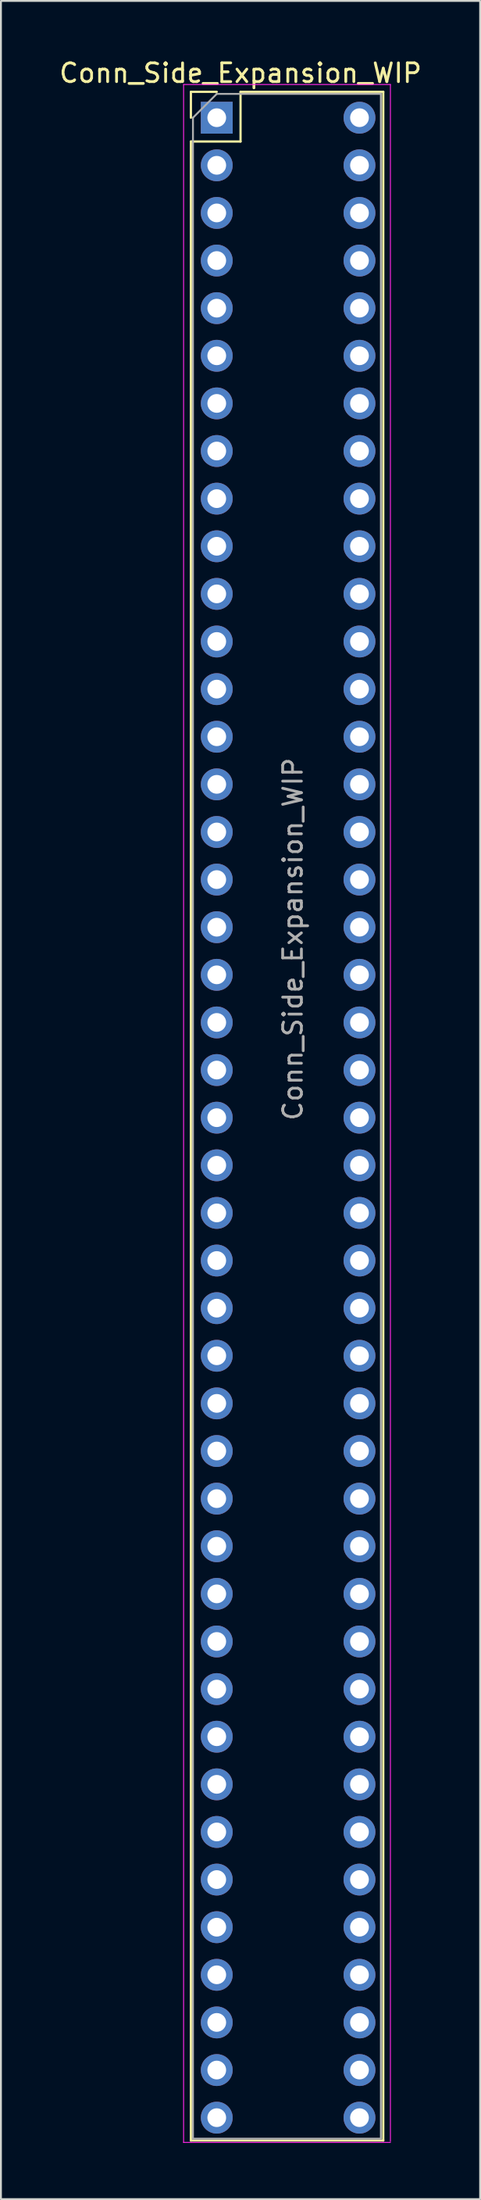
<source format=kicad_pcb>
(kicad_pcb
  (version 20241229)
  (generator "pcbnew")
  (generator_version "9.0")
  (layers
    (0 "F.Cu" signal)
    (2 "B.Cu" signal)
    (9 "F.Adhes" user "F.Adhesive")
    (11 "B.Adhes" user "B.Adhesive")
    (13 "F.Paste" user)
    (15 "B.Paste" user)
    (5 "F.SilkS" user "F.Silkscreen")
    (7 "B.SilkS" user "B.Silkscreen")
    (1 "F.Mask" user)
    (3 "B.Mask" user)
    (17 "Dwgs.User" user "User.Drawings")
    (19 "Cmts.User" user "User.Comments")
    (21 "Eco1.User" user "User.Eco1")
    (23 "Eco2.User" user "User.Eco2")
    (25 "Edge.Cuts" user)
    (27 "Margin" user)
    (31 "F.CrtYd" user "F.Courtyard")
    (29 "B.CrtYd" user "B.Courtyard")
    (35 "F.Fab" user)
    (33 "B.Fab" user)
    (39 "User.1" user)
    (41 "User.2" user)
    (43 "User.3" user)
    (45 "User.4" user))
  (footprint "Conn_Side_Expansion_WIP"
    (layer "F.Cu")
    (at 8.522 3.228)
    (property "Reference" "Conn_Side_Expansion_WIP" (at 1.27 -2.38 0) (layer "F.SilkS") (effects (font (size 1 1) (thickness 0.15))))
    (attr through_hole)
    (fp_line (start -1.38 -1.38) (end 0 -1.38) (stroke (width 0.12) (type solid)) (layer "F.SilkS"))
    (fp_line (start -1.38 0) (end -1.38 -1.38) (stroke (width 0.12) (type solid)) (layer "F.SilkS"))
    (fp_line (start -1.38 1.27) (end -1.38 107.9) (stroke (width 0.12) (type solid)) (layer "F.SilkS"))
    (fp_line (start -1.38 1.27) (end 1.27 1.27) (stroke (width 0.12) (type solid)) (layer "F.SilkS"))
    (fp_line (start -1.38 107.9) (end 8.89 107.9) (stroke (width 0.12) (type solid)) (layer "F.SilkS"))
    (fp_line (start 1.27 -1.38) (end 8.89 -1.38) (stroke (width 0.12) (type solid)) (layer "F.SilkS"))
    (fp_line (start 1.27 1.27) (end 1.27 -1.38) (stroke (width 0.12) (type solid)) (layer "F.SilkS"))
    (fp_line (start 8.89 -1.38) (end 8.89 107.9) (stroke (width 0.12) (type solid)) (layer "F.SilkS"))
    (fp_line (start -1.775 108) (end 9.271 108) (stroke (width 0.05) (type solid)) (layer "F.CrtYd"))
    (fp_line (start -1.77 -1.77) (end -1.77 108) (stroke (width 0.05) (type solid)) (layer "F.CrtYd"))
    (fp_line (start 9.271 -1.77) (end -1.77 -1.77) (stroke (width 0.05) (type solid)) (layer "F.CrtYd"))
    (fp_line (start 9.271 107.95) (end 9.271 -1.77) (stroke (width 0.05) (type solid)) (layer "F.CrtYd"))
    (fp_line (start -1.27 0) (end 0 -1.27) (stroke (width 0.1) (type solid)) (layer "F.Fab"))
    (fp_line (start -1.27 107.8) (end -1.27 0) (stroke (width 0.1) (type solid)) (layer "F.Fab"))
    (fp_line (start 0 -1.27) (end 8.763 -1.27) (stroke (width 0.1) (type solid)) (layer "F.Fab"))
    (fp_line (start 8.763 -1.27) (end 8.763 107.8) (stroke (width 0.1) (type solid)) (layer "F.Fab"))
    (fp_line (start 8.763 107.8) (end -1.27 107.8) (stroke (width 0.1) (type solid)) (layer "F.Fab"))
    (fp_text user "${REFERENCE}" (at 4.064 43.815 90) (layer "F.Fab") (effects (font (size 1 1) (thickness 0.15))))
    (pad "1" thru_hole rect (at 0 0) (size 1.7 1.7) (drill 1) (layers "*.Cu" "*.Mask"))
    (pad "2" thru_hole circle (at 7.62 0) (size 1.7 1.7) (drill 1) (layers "*.Cu" "*.Mask"))
    (pad "3" thru_hole circle (at 0 2.54) (size 1.7 1.7) (drill 1) (layers "*.Cu" "*.Mask"))
    (pad "4" thru_hole circle (at 7.62 2.54) (size 1.7 1.7) (drill 1) (layers "*.Cu" "*.Mask"))
    (pad "5" thru_hole circle (at 0 5.08) (size 1.7 1.7) (drill 1) (layers "*.Cu" "*.Mask"))
    (pad "6" thru_hole circle (at 7.62 5.08) (size 1.7 1.7) (drill 1) (layers "*.Cu" "*.Mask"))
    (pad "7" thru_hole circle (at 0 7.62) (size 1.7 1.7) (drill 1) (layers "*.Cu" "*.Mask"))
    (pad "8" thru_hole circle (at 7.62 7.62) (size 1.7 1.7) (drill 1) (layers "*.Cu" "*.Mask"))
    (pad "9" thru_hole circle (at 0 10.16) (size 1.7 1.7) (drill 1) (layers "*.Cu" "*.Mask"))
    (pad "10" thru_hole circle (at 7.62 10.16) (size 1.7 1.7) (drill 1) (layers "*.Cu" "*.Mask"))
    (pad "11" thru_hole circle (at 0 12.7) (size 1.7 1.7) (drill 1) (layers "*.Cu" "*.Mask"))
    (pad "12" thru_hole circle (at 7.62 12.7) (size 1.7 1.7) (drill 1) (layers "*.Cu" "*.Mask"))
    (pad "13" thru_hole circle (at 0 15.24) (size 1.7 1.7) (drill 1) (layers "*.Cu" "*.Mask"))
    (pad "14" thru_hole circle (at 7.62 15.24) (size 1.7 1.7) (drill 1) (layers "*.Cu" "*.Mask"))
    (pad "15" thru_hole circle (at 0 17.78) (size 1.7 1.7) (drill 1) (layers "*.Cu" "*.Mask"))
    (pad "16" thru_hole circle (at 7.62 17.78) (size 1.7 1.7) (drill 1) (layers "*.Cu" "*.Mask"))
    (pad "17" thru_hole circle (at 0 20.32) (size 1.7 1.7) (drill 1) (layers "*.Cu" "*.Mask"))
    (pad "18" thru_hole circle (at 7.62 20.32) (size 1.7 1.7) (drill 1) (layers "*.Cu" "*.Mask"))
    (pad "19" thru_hole circle (at 0 22.86) (size 1.7 1.7) (drill 1) (layers "*.Cu" "*.Mask"))
    (pad "20" thru_hole circle (at 7.62 22.86) (size 1.7 1.7) (drill 1) (layers "*.Cu" "*.Mask"))
    (pad "21" thru_hole circle (at 0 25.4) (size 1.7 1.7) (drill 1) (layers "*.Cu" "*.Mask"))
    (pad "22" thru_hole circle (at 7.62 25.4) (size 1.7 1.7) (drill 1) (layers "*.Cu" "*.Mask"))
    (pad "23" thru_hole circle (at 0 27.94) (size 1.7 1.7) (drill 1) (layers "*.Cu" "*.Mask"))
    (pad "24" thru_hole circle (at 7.62 27.94) (size 1.7 1.7) (drill 1) (layers "*.Cu" "*.Mask"))
    (pad "25" thru_hole circle (at 0 30.48) (size 1.7 1.7) (drill 1) (layers "*.Cu" "*.Mask"))
    (pad "26" thru_hole circle (at 7.62 30.48) (size 1.7 1.7) (drill 1) (layers "*.Cu" "*.Mask"))
    (pad "27" thru_hole circle (at 0 33.02) (size 1.7 1.7) (drill 1) (layers "*.Cu" "*.Mask"))
    (pad "28" thru_hole circle (at 7.62 33.02) (size 1.7 1.7) (drill 1) (layers "*.Cu" "*.Mask"))
    (pad "29" thru_hole circle (at 0 35.56) (size 1.7 1.7) (drill 1) (layers "*.Cu" "*.Mask"))
    (pad "30" thru_hole circle (at 7.62 35.56) (size 1.7 1.7) (drill 1) (layers "*.Cu" "*.Mask"))
    (pad "31" thru_hole circle (at 0 38.1) (size 1.7 1.7) (drill 1) (layers "*.Cu" "*.Mask"))
    (pad "32" thru_hole circle (at 7.62 38.1) (size 1.7 1.7) (drill 1) (layers "*.Cu" "*.Mask"))
    (pad "33" thru_hole circle (at 0 40.64) (size 1.7 1.7) (drill 1) (layers "*.Cu" "*.Mask"))
    (pad "34" thru_hole circle (at 7.62 40.64) (size 1.7 1.7) (drill 1) (layers "*.Cu" "*.Mask"))
    (pad "35" thru_hole circle (at 0 43.18) (size 1.7 1.7) (drill 1) (layers "*.Cu" "*.Mask"))
    (pad "36" thru_hole circle (at 7.62 43.18) (size 1.7 1.7) (drill 1) (layers "*.Cu" "*.Mask"))
    (pad "37" thru_hole circle (at 0 45.72) (size 1.7 1.7) (drill 1) (layers "*.Cu" "*.Mask"))
    (pad "38" thru_hole circle (at 7.62 45.72) (size 1.7 1.7) (drill 1) (layers "*.Cu" "*.Mask"))
    (pad "39" thru_hole circle (at 0 48.26) (size 1.7 1.7) (drill 1) (layers "*.Cu" "*.Mask"))
    (pad "40" thru_hole circle (at 7.62 48.26) (size 1.7 1.7) (drill 1) (layers "*.Cu" "*.Mask"))
    (pad "41" thru_hole circle (at 0 50.8) (size 1.7 1.7) (drill 1) (layers "*.Cu" "*.Mask"))
    (pad "42" thru_hole circle (at 7.62 50.8) (size 1.7 1.7) (drill 1) (layers "*.Cu" "*.Mask"))
    (pad "43" thru_hole circle (at 0 53.34) (size 1.7 1.7) (drill 1) (layers "*.Cu" "*.Mask"))
    (pad "44" thru_hole circle (at 7.62 53.34) (size 1.7 1.7) (drill 1) (layers "*.Cu" "*.Mask"))
    (pad "45" thru_hole circle (at 0 55.88) (size 1.7 1.7) (drill 1) (layers "*.Cu" "*.Mask"))
    (pad "46" thru_hole circle (at 7.62 55.88) (size 1.7 1.7) (drill 1) (layers "*.Cu" "*.Mask"))
    (pad "47" thru_hole circle (at 0 58.42) (size 1.7 1.7) (drill 1) (layers "*.Cu" "*.Mask"))
    (pad "48" thru_hole circle (at 7.62 58.42) (size 1.7 1.7) (drill 1) (layers "*.Cu" "*.Mask"))
    (pad "49" thru_hole circle (at 0 60.96) (size 1.7 1.7) (drill 1) (layers "*.Cu" "*.Mask"))
    (pad "50" thru_hole circle (at 7.62 60.96) (size 1.7 1.7) (drill 1) (layers "*.Cu" "*.Mask"))
    (pad "51" thru_hole circle (at 0 63.5) (size 1.7 1.7) (drill 1) (layers "*.Cu" "*.Mask"))
    (pad "52" thru_hole circle (at 7.62 63.5) (size 1.7 1.7) (drill 1) (layers "*.Cu" "*.Mask"))
    (pad "53" thru_hole circle (at 0 66.04) (size 1.7 1.7) (drill 1) (layers "*.Cu" "*.Mask"))
    (pad "54" thru_hole circle (at 7.62 66.04) (size 1.7 1.7) (drill 1) (layers "*.Cu" "*.Mask"))
    (pad "55" thru_hole circle (at 0 68.58) (size 1.7 1.7) (drill 1) (layers "*.Cu" "*.Mask"))
    (pad "56" thru_hole circle (at 7.62 68.58) (size 1.7 1.7) (drill 1) (layers "*.Cu" "*.Mask"))
    (pad "57" thru_hole circle (at 0 71.12) (size 1.7 1.7) (drill 1) (layers "*.Cu" "*.Mask"))
    (pad "58" thru_hole circle (at 7.62 71.12) (size 1.7 1.7) (drill 1) (layers "*.Cu" "*.Mask"))
    (pad "59" thru_hole circle (at 0 73.66) (size 1.7 1.7) (drill 1) (layers "*.Cu" "*.Mask"))
    (pad "60" thru_hole circle (at 7.62 73.66) (size 1.7 1.7) (drill 1) (layers "*.Cu" "*.Mask"))
    (pad "61" thru_hole circle (at 0 76.2) (size 1.7 1.7) (drill 1) (layers "*.Cu" "*.Mask"))
    (pad "62" thru_hole circle (at 7.62 76.2) (size 1.7 1.7) (drill 1) (layers "*.Cu" "*.Mask"))
    (pad "63" thru_hole circle (at 0 78.74) (size 1.7 1.7) (drill 1) (layers "*.Cu" "*.Mask"))
    (pad "64" thru_hole circle (at 7.62 78.74) (size 1.7 1.7) (drill 1) (layers "*.Cu" "*.Mask"))
    (pad "65" thru_hole circle (at 0 81.28) (size 1.7 1.7) (drill 1) (layers "*.Cu" "*.Mask"))
    (pad "66" thru_hole circle (at 7.62 81.28) (size 1.7 1.7) (drill 1) (layers "*.Cu" "*.Mask"))
    (pad "67" thru_hole circle (at 0 83.82) (size 1.7 1.7) (drill 1) (layers "*.Cu" "*.Mask"))
    (pad "68" thru_hole circle (at 7.62 83.82) (size 1.7 1.7) (drill 1) (layers "*.Cu" "*.Mask"))
    (pad "69" thru_hole circle (at 0 86.36) (size 1.7 1.7) (drill 1) (layers "*.Cu" "*.Mask"))
    (pad "70" thru_hole circle (at 7.62 86.36) (size 1.7 1.7) (drill 1) (layers "*.Cu" "*.Mask"))
    (pad "71" thru_hole circle (at 0 88.9) (size 1.7 1.7) (drill 1) (layers "*.Cu" "*.Mask"))
    (pad "72" thru_hole circle (at 7.62 88.9) (size 1.7 1.7) (drill 1) (layers "*.Cu" "*.Mask"))
    (pad "73" thru_hole circle (at 0 91.44) (size 1.7 1.7) (drill 1) (layers "*.Cu" "*.Mask"))
    (pad "74" thru_hole circle (at 7.62 91.44) (size 1.7 1.7) (drill 1) (layers "*.Cu" "*.Mask"))
    (pad "75" thru_hole circle (at 0 93.98) (size 1.7 1.7) (drill 1) (layers "*.Cu" "*.Mask"))
    (pad "76" thru_hole circle (at 7.62 93.98) (size 1.7 1.7) (drill 1) (layers "*.Cu" "*.Mask"))
    (pad "77" thru_hole circle (at 0 96.52) (size 1.7 1.7) (drill 1) (layers "*.Cu" "*.Mask"))
    (pad "78" thru_hole circle (at 7.62 96.52) (size 1.7 1.7) (drill 1) (layers "*.Cu" "*.Mask"))
    (pad "79" thru_hole circle (at 0 99.06) (size 1.7 1.7) (drill 1) (layers "*.Cu" "*.Mask"))
    (pad "80" thru_hole circle (at 7.62 99.06) (size 1.7 1.7) (drill 1) (layers "*.Cu" "*.Mask"))
    (pad "81" thru_hole circle (at 0 101.6) (size 1.7 1.7) (drill 1) (layers "*.Cu" "*.Mask"))
    (pad "82" thru_hole circle (at 7.62 101.6) (size 1.7 1.7) (drill 1) (layers "*.Cu" "*.Mask"))
    (pad "83" thru_hole circle (at 0 104.14) (size 1.7 1.7) (drill 1) (layers "*.Cu" "*.Mask"))
    (pad "84" thru_hole circle (at 7.62 104.14) (size 1.7 1.7) (drill 1) (layers "*.Cu" "*.Mask"))
    (pad "85" thru_hole circle (at 0 106.68) (size 1.7 1.7) (drill 1) (layers "*.Cu" "*.Mask"))
    (pad "86" thru_hole circle (at 7.62 106.68) (size 1.7 1.7) (drill 1) (layers "*.Cu" "*.Mask")))
  (gr_rect
    (start -3 -3)
    (end 22.583 114.253)
    (stroke (width 0.1) (type default))
    (fill no)
    (layer "Edge.Cuts")))
</source>
